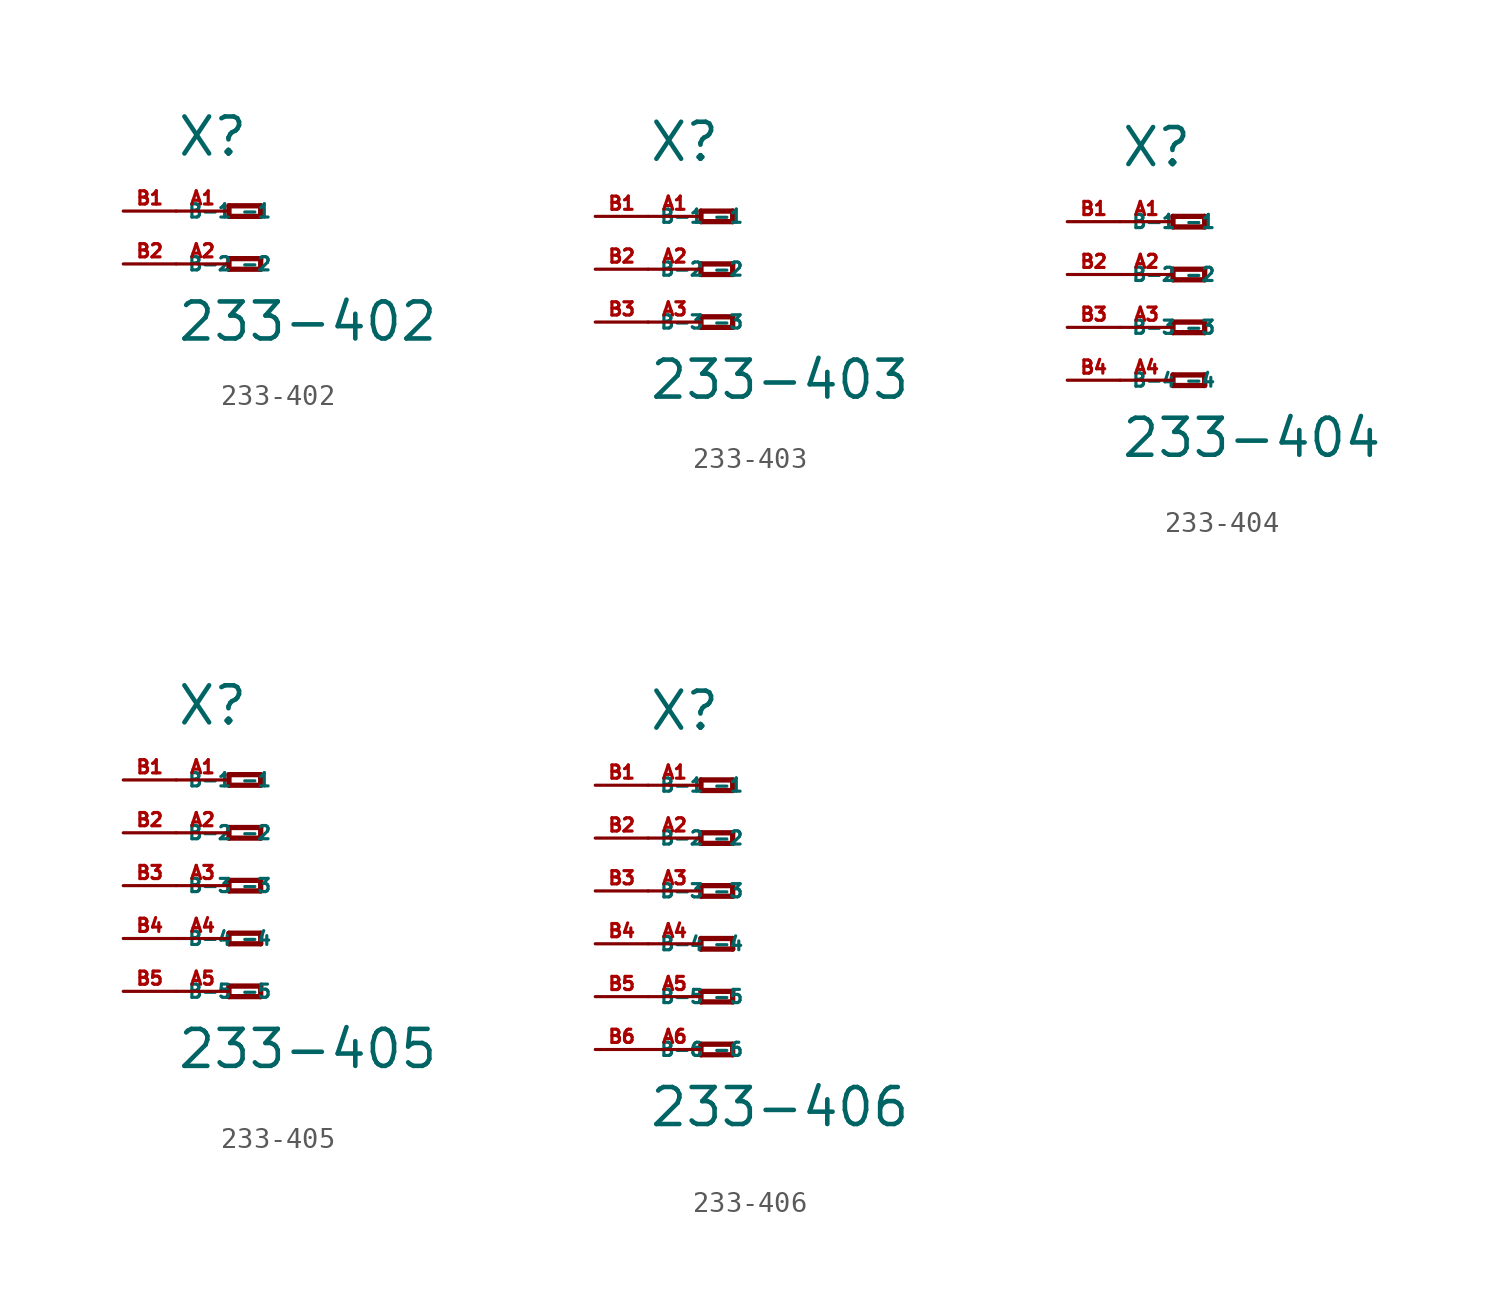
<source format=kicad_sym>
(kicad_symbol_lib
  (version 20220914)
  (generator Eagle2Kicad)
  (symbol "233-402"
    (property "Reference" "X"
      (at -5.08 2.54 0)
      (effects (font (size 1.778 1.778) (thickness 0.22)) (justify left bottom)))
    (property "Value" "233-402"
      (at -5.08 -6.35 0)
      (effects (font (size 1.778 1.778) (thickness 0.22)) (justify left bottom)))
    (polyline
      (pts (xy -2.54 0.254) (xy -2.54 -0.254))
      (stroke (width 0.254) (type default))
      (fill (type none)))
    (polyline
      (pts (xy -2.54 -0.254) (xy -1.016 -0.254))
      (stroke (width 0.254) (type default))
      (fill (type none)))
    (polyline
      (pts (xy -1.016 -0.254) (xy -1.016 0.254))
      (stroke (width 0.254) (type default))
      (fill (type none)))
    (polyline
      (pts (xy -1.016 0.254) (xy -2.54 0.254))
      (stroke (width 0.254) (type default))
      (fill (type none)))
    (polyline
      (pts (xy -2.54 -2.286) (xy -2.54 -2.794))
      (stroke (width 0.254) (type default))
      (fill (type none)))
    (polyline
      (pts (xy -2.54 -2.794) (xy -1.016 -2.794))
      (stroke (width 0.254) (type default))
      (fill (type none)))
    (polyline
      (pts (xy -1.016 -2.794) (xy -1.016 -2.286))
      (stroke (width 0.254) (type default))
      (fill (type none)))
    (polyline
      (pts (xy -1.016 -2.286) (xy -2.54 -2.286))
      (stroke (width 0.254) (type default))
      (fill (type none)))
    (pin passive line
      (at -5.08 0 0)
      (length 2.54)
      (name "-1" (effects (font (size 0.635 0.635) (thickness 0.08)) (justify left bottom)))
      (number "A1" (effects (font (size 0.635 0.635) (thickness 0.08)) (justify left bottom))))
    (pin passive line
      (at -5.08 -2.54 0)
      (length 2.54)
      (name "-2" (effects (font (size 0.635 0.635) (thickness 0.08)) (justify left bottom)))
      (number "A2" (effects (font (size 0.635 0.635) (thickness 0.08)) (justify left bottom))))
    (pin passive line
      (at -7.62 -2.54 0)
      (length 2.54)
      (name "B-2" (effects (font (size 0.635 0.635) (thickness 0.08)) (justify left bottom)))
      (number "B2" (effects (font (size 0.635 0.635) (thickness 0.08)) (justify left bottom))))
    (pin passive line
      (at -7.62 0 0)
      (length 2.54)
      (name "B-1" (effects (font (size 0.635 0.635) (thickness 0.08)) (justify left bottom)))
      (number "B1" (effects (font (size 0.635 0.635) (thickness 0.08)) (justify left bottom)))))
  (symbol "233-403"
    (property "Reference" "X"
      (at -5.08 5.08 0)
      (effects (font (size 1.778 1.778) (thickness 0.22)) (justify left bottom)))
    (property "Value" "233-403"
      (at -5.08 -6.35 0)
      (effects (font (size 1.778 1.778) (thickness 0.22)) (justify left bottom)))
    (polyline
      (pts (xy -2.54 2.794) (xy -2.54 2.286))
      (stroke (width 0.254) (type default))
      (fill (type none)))
    (polyline
      (pts (xy -2.54 2.286) (xy -1.016 2.286))
      (stroke (width 0.254) (type default))
      (fill (type none)))
    (polyline
      (pts (xy -1.016 2.286) (xy -1.016 2.794))
      (stroke (width 0.254) (type default))
      (fill (type none)))
    (polyline
      (pts (xy -1.016 2.794) (xy -2.54 2.794))
      (stroke (width 0.254) (type default))
      (fill (type none)))
    (polyline
      (pts (xy -2.54 0.254) (xy -2.54 -0.254))
      (stroke (width 0.254) (type default))
      (fill (type none)))
    (polyline
      (pts (xy -2.54 -0.254) (xy -1.016 -0.254))
      (stroke (width 0.254) (type default))
      (fill (type none)))
    (polyline
      (pts (xy -1.016 -0.254) (xy -1.016 0.254))
      (stroke (width 0.254) (type default))
      (fill (type none)))
    (polyline
      (pts (xy -1.016 0.254) (xy -2.54 0.254))
      (stroke (width 0.254) (type default))
      (fill (type none)))
    (polyline
      (pts (xy -2.54 -2.286) (xy -2.54 -2.794))
      (stroke (width 0.254) (type default))
      (fill (type none)))
    (polyline
      (pts (xy -2.54 -2.794) (xy -1.016 -2.794))
      (stroke (width 0.254) (type default))
      (fill (type none)))
    (polyline
      (pts (xy -1.016 -2.794) (xy -1.016 -2.286))
      (stroke (width 0.254) (type default))
      (fill (type none)))
    (polyline
      (pts (xy -1.016 -2.286) (xy -2.54 -2.286))
      (stroke (width 0.254) (type default))
      (fill (type none)))
    (pin passive line
      (at -5.08 2.54 0)
      (length 2.54)
      (name "-1" (effects (font (size 0.635 0.635) (thickness 0.08)) (justify left bottom)))
      (number "A1" (effects (font (size 0.635 0.635) (thickness 0.08)) (justify left bottom))))
    (pin passive line
      (at -5.08 0 0)
      (length 2.54)
      (name "-2" (effects (font (size 0.635 0.635) (thickness 0.08)) (justify left bottom)))
      (number "A2" (effects (font (size 0.635 0.635) (thickness 0.08)) (justify left bottom))))
    (pin passive line
      (at -5.08 -2.54 0)
      (length 2.54)
      (name "-3" (effects (font (size 0.635 0.635) (thickness 0.08)) (justify left bottom)))
      (number "A3" (effects (font (size 0.635 0.635) (thickness 0.08)) (justify left bottom))))
    (pin passive line
      (at -7.62 -2.54 0)
      (length 2.54)
      (name "B-3" (effects (font (size 0.635 0.635) (thickness 0.08)) (justify left bottom)))
      (number "B3" (effects (font (size 0.635 0.635) (thickness 0.08)) (justify left bottom))))
    (pin passive line
      (at -7.62 2.54 0)
      (length 2.54)
      (name "B-1" (effects (font (size 0.635 0.635) (thickness 0.08)) (justify left bottom)))
      (number "B1" (effects (font (size 0.635 0.635) (thickness 0.08)) (justify left bottom))))
    (pin passive line
      (at -7.62 0 0)
      (length 2.54)
      (name "B-2" (effects (font (size 0.635 0.635) (thickness 0.08)) (justify left bottom)))
      (number "B2" (effects (font (size 0.635 0.635) (thickness 0.08)) (justify left bottom)))))
  (symbol "233-404"
    (property "Reference" "X"
      (at -5.08 5.08 0)
      (effects (font (size 1.778 1.778) (thickness 0.22)) (justify left bottom)))
    (property "Value" "233-404"
      (at -5.08 -8.89 0)
      (effects (font (size 1.778 1.778) (thickness 0.22)) (justify left bottom)))
    (polyline
      (pts (xy -2.54 2.794) (xy -2.54 2.286))
      (stroke (width 0.254) (type default))
      (fill (type none)))
    (polyline
      (pts (xy -2.54 2.286) (xy -1.016 2.286))
      (stroke (width 0.254) (type default))
      (fill (type none)))
    (polyline
      (pts (xy -1.016 2.286) (xy -1.016 2.794))
      (stroke (width 0.254) (type default))
      (fill (type none)))
    (polyline
      (pts (xy -1.016 2.794) (xy -2.54 2.794))
      (stroke (width 0.254) (type default))
      (fill (type none)))
    (polyline
      (pts (xy -2.54 0.254) (xy -2.54 -0.254))
      (stroke (width 0.254) (type default))
      (fill (type none)))
    (polyline
      (pts (xy -2.54 -0.254) (xy -1.016 -0.254))
      (stroke (width 0.254) (type default))
      (fill (type none)))
    (polyline
      (pts (xy -1.016 -0.254) (xy -1.016 0.254))
      (stroke (width 0.254) (type default))
      (fill (type none)))
    (polyline
      (pts (xy -1.016 0.254) (xy -2.54 0.254))
      (stroke (width 0.254) (type default))
      (fill (type none)))
    (polyline
      (pts (xy -2.54 -2.286) (xy -2.54 -2.794))
      (stroke (width 0.254) (type default))
      (fill (type none)))
    (polyline
      (pts (xy -2.54 -2.794) (xy -1.016 -2.794))
      (stroke (width 0.254) (type default))
      (fill (type none)))
    (polyline
      (pts (xy -1.016 -2.794) (xy -1.016 -2.286))
      (stroke (width 0.254) (type default))
      (fill (type none)))
    (polyline
      (pts (xy -1.016 -2.286) (xy -2.54 -2.286))
      (stroke (width 0.254) (type default))
      (fill (type none)))
    (polyline
      (pts (xy -2.54 -4.826) (xy -2.54 -5.334))
      (stroke (width 0.254) (type default))
      (fill (type none)))
    (polyline
      (pts (xy -2.54 -5.334) (xy -1.016 -5.334))
      (stroke (width 0.254) (type default))
      (fill (type none)))
    (polyline
      (pts (xy -1.016 -5.334) (xy -1.016 -4.826))
      (stroke (width 0.254) (type default))
      (fill (type none)))
    (polyline
      (pts (xy -1.016 -4.826) (xy -2.54 -4.826))
      (stroke (width 0.254) (type default))
      (fill (type none)))
    (pin passive line
      (at -5.08 2.54 0)
      (length 2.54)
      (name "-1" (effects (font (size 0.635 0.635) (thickness 0.08)) (justify left bottom)))
      (number "A1" (effects (font (size 0.635 0.635) (thickness 0.08)) (justify left bottom))))
    (pin passive line
      (at -5.08 0 0)
      (length 2.54)
      (name "-2" (effects (font (size 0.635 0.635) (thickness 0.08)) (justify left bottom)))
      (number "A2" (effects (font (size 0.635 0.635) (thickness 0.08)) (justify left bottom))))
    (pin passive line
      (at -5.08 -2.54 0)
      (length 2.54)
      (name "-3" (effects (font (size 0.635 0.635) (thickness 0.08)) (justify left bottom)))
      (number "A3" (effects (font (size 0.635 0.635) (thickness 0.08)) (justify left bottom))))
    (pin passive line
      (at -5.08 -5.08 0)
      (length 2.54)
      (name "-4" (effects (font (size 0.635 0.635) (thickness 0.08)) (justify left bottom)))
      (number "A4" (effects (font (size 0.635 0.635) (thickness 0.08)) (justify left bottom))))
    (pin passive line
      (at -7.62 -5.08 0)
      (length 2.54)
      (name "B-4" (effects (font (size 0.635 0.635) (thickness 0.08)) (justify left bottom)))
      (number "B4" (effects (font (size 0.635 0.635) (thickness 0.08)) (justify left bottom))))
    (pin passive line
      (at -7.62 2.54 0)
      (length 2.54)
      (name "B-1" (effects (font (size 0.635 0.635) (thickness 0.08)) (justify left bottom)))
      (number "B1" (effects (font (size 0.635 0.635) (thickness 0.08)) (justify left bottom))))
    (pin passive line
      (at -7.62 0 0)
      (length 2.54)
      (name "B-2" (effects (font (size 0.635 0.635) (thickness 0.08)) (justify left bottom)))
      (number "B2" (effects (font (size 0.635 0.635) (thickness 0.08)) (justify left bottom))))
    (pin passive line
      (at -7.62 -2.54 0)
      (length 2.54)
      (name "B-3" (effects (font (size 0.635 0.635) (thickness 0.08)) (justify left bottom)))
      (number "B3" (effects (font (size 0.635 0.635) (thickness 0.08)) (justify left bottom)))))
  (symbol "233-405"
    (property "Reference" "X"
      (at -5.08 7.62 0)
      (effects (font (size 1.778 1.778) (thickness 0.22)) (justify left bottom)))
    (property "Value" "233-405"
      (at -5.08 -8.89 0)
      (effects (font (size 1.778 1.778) (thickness 0.22)) (justify left bottom)))
    (polyline
      (pts (xy -2.54 5.334) (xy -2.54 4.826))
      (stroke (width 0.254) (type default))
      (fill (type none)))
    (polyline
      (pts (xy -2.54 4.826) (xy -1.016 4.826))
      (stroke (width 0.254) (type default))
      (fill (type none)))
    (polyline
      (pts (xy -1.016 4.826) (xy -1.016 5.334))
      (stroke (width 0.254) (type default))
      (fill (type none)))
    (polyline
      (pts (xy -1.016 5.334) (xy -2.54 5.334))
      (stroke (width 0.254) (type default))
      (fill (type none)))
    (polyline
      (pts (xy -2.54 2.794) (xy -2.54 2.286))
      (stroke (width 0.254) (type default))
      (fill (type none)))
    (polyline
      (pts (xy -2.54 2.286) (xy -1.016 2.286))
      (stroke (width 0.254) (type default))
      (fill (type none)))
    (polyline
      (pts (xy -1.016 2.286) (xy -1.016 2.794))
      (stroke (width 0.254) (type default))
      (fill (type none)))
    (polyline
      (pts (xy -1.016 2.794) (xy -2.54 2.794))
      (stroke (width 0.254) (type default))
      (fill (type none)))
    (polyline
      (pts (xy -2.54 0.254) (xy -2.54 -0.254))
      (stroke (width 0.254) (type default))
      (fill (type none)))
    (polyline
      (pts (xy -2.54 -0.254) (xy -1.016 -0.254))
      (stroke (width 0.254) (type default))
      (fill (type none)))
    (polyline
      (pts (xy -1.016 -0.254) (xy -1.016 0.254))
      (stroke (width 0.254) (type default))
      (fill (type none)))
    (polyline
      (pts (xy -1.016 0.254) (xy -2.54 0.254))
      (stroke (width 0.254) (type default))
      (fill (type none)))
    (polyline
      (pts (xy -2.54 -2.286) (xy -2.54 -2.794))
      (stroke (width 0.254) (type default))
      (fill (type none)))
    (polyline
      (pts (xy -2.54 -2.794) (xy -1.016 -2.794))
      (stroke (width 0.254) (type default))
      (fill (type none)))
    (polyline
      (pts (xy -1.016 -2.794) (xy -1.016 -2.286))
      (stroke (width 0.254) (type default))
      (fill (type none)))
    (polyline
      (pts (xy -1.016 -2.286) (xy -2.54 -2.286))
      (stroke (width 0.254) (type default))
      (fill (type none)))
    (polyline
      (pts (xy -2.54 -4.826) (xy -2.54 -5.334))
      (stroke (width 0.254) (type default))
      (fill (type none)))
    (polyline
      (pts (xy -2.54 -5.334) (xy -1.016 -5.334))
      (stroke (width 0.254) (type default))
      (fill (type none)))
    (polyline
      (pts (xy -1.016 -5.334) (xy -1.016 -4.826))
      (stroke (width 0.254) (type default))
      (fill (type none)))
    (polyline
      (pts (xy -1.016 -4.826) (xy -2.54 -4.826))
      (stroke (width 0.254) (type default))
      (fill (type none)))
    (pin passive line
      (at -5.08 5.08 0)
      (length 2.54)
      (name "-1" (effects (font (size 0.635 0.635) (thickness 0.08)) (justify left bottom)))
      (number "A1" (effects (font (size 0.635 0.635) (thickness 0.08)) (justify left bottom))))
    (pin passive line
      (at -5.08 2.54 0)
      (length 2.54)
      (name "-2" (effects (font (size 0.635 0.635) (thickness 0.08)) (justify left bottom)))
      (number "A2" (effects (font (size 0.635 0.635) (thickness 0.08)) (justify left bottom))))
    (pin passive line
      (at -5.08 0 0)
      (length 2.54)
      (name "-3" (effects (font (size 0.635 0.635) (thickness 0.08)) (justify left bottom)))
      (number "A3" (effects (font (size 0.635 0.635) (thickness 0.08)) (justify left bottom))))
    (pin passive line
      (at -5.08 -2.54 0)
      (length 2.54)
      (name "-4" (effects (font (size 0.635 0.635) (thickness 0.08)) (justify left bottom)))
      (number "A4" (effects (font (size 0.635 0.635) (thickness 0.08)) (justify left bottom))))
    (pin passive line
      (at -5.08 -5.08 0)
      (length 2.54)
      (name "-5" (effects (font (size 0.635 0.635) (thickness 0.08)) (justify left bottom)))
      (number "A5" (effects (font (size 0.635 0.635) (thickness 0.08)) (justify left bottom))))
    (pin passive line
      (at -7.62 -5.08 0)
      (length 2.54)
      (name "B-5" (effects (font (size 0.635 0.635) (thickness 0.08)) (justify left bottom)))
      (number "B5" (effects (font (size 0.635 0.635) (thickness 0.08)) (justify left bottom))))
    (pin passive line
      (at -7.62 5.08 0)
      (length 2.54)
      (name "B-1" (effects (font (size 0.635 0.635) (thickness 0.08)) (justify left bottom)))
      (number "B1" (effects (font (size 0.635 0.635) (thickness 0.08)) (justify left bottom))))
    (pin passive line
      (at -7.62 2.54 0)
      (length 2.54)
      (name "B-2" (effects (font (size 0.635 0.635) (thickness 0.08)) (justify left bottom)))
      (number "B2" (effects (font (size 0.635 0.635) (thickness 0.08)) (justify left bottom))))
    (pin passive line
      (at -7.62 0 0)
      (length 2.54)
      (name "B-3" (effects (font (size 0.635 0.635) (thickness 0.08)) (justify left bottom)))
      (number "B3" (effects (font (size 0.635 0.635) (thickness 0.08)) (justify left bottom))))
    (pin passive line
      (at -7.62 -2.54 0)
      (length 2.54)
      (name "B-4" (effects (font (size 0.635 0.635) (thickness 0.08)) (justify left bottom)))
      (number "B4" (effects (font (size 0.635 0.635) (thickness 0.08)) (justify left bottom)))))
  (symbol "233-406"
    (property "Reference" "X"
      (at -5.08 7.62 0)
      (effects (font (size 1.778 1.778) (thickness 0.22)) (justify left bottom)))
    (property "Value" "233-406"
      (at -5.08 -11.43 0)
      (effects (font (size 1.778 1.778) (thickness 0.22)) (justify left bottom)))
    (polyline
      (pts (xy -2.54 5.334) (xy -2.54 4.826))
      (stroke (width 0.254) (type default))
      (fill (type none)))
    (polyline
      (pts (xy -2.54 4.826) (xy -1.016 4.826))
      (stroke (width 0.254) (type default))
      (fill (type none)))
    (polyline
      (pts (xy -1.016 4.826) (xy -1.016 5.334))
      (stroke (width 0.254) (type default))
      (fill (type none)))
    (polyline
      (pts (xy -1.016 5.334) (xy -2.54 5.334))
      (stroke (width 0.254) (type default))
      (fill (type none)))
    (polyline
      (pts (xy -2.54 2.794) (xy -2.54 2.286))
      (stroke (width 0.254) (type default))
      (fill (type none)))
    (polyline
      (pts (xy -2.54 2.286) (xy -1.016 2.286))
      (stroke (width 0.254) (type default))
      (fill (type none)))
    (polyline
      (pts (xy -1.016 2.286) (xy -1.016 2.794))
      (stroke (width 0.254) (type default))
      (fill (type none)))
    (polyline
      (pts (xy -1.016 2.794) (xy -2.54 2.794))
      (stroke (width 0.254) (type default))
      (fill (type none)))
    (polyline
      (pts (xy -2.54 0.254) (xy -2.54 -0.254))
      (stroke (width 0.254) (type default))
      (fill (type none)))
    (polyline
      (pts (xy -2.54 -0.254) (xy -1.016 -0.254))
      (stroke (width 0.254) (type default))
      (fill (type none)))
    (polyline
      (pts (xy -1.016 -0.254) (xy -1.016 0.254))
      (stroke (width 0.254) (type default))
      (fill (type none)))
    (polyline
      (pts (xy -1.016 0.254) (xy -2.54 0.254))
      (stroke (width 0.254) (type default))
      (fill (type none)))
    (polyline
      (pts (xy -2.54 -2.286) (xy -2.54 -2.794))
      (stroke (width 0.254) (type default))
      (fill (type none)))
    (polyline
      (pts (xy -2.54 -2.794) (xy -1.016 -2.794))
      (stroke (width 0.254) (type default))
      (fill (type none)))
    (polyline
      (pts (xy -1.016 -2.794) (xy -1.016 -2.286))
      (stroke (width 0.254) (type default))
      (fill (type none)))
    (polyline
      (pts (xy -1.016 -2.286) (xy -2.54 -2.286))
      (stroke (width 0.254) (type default))
      (fill (type none)))
    (polyline
      (pts (xy -2.54 -4.826) (xy -2.54 -5.334))
      (stroke (width 0.254) (type default))
      (fill (type none)))
    (polyline
      (pts (xy -2.54 -5.334) (xy -1.016 -5.334))
      (stroke (width 0.254) (type default))
      (fill (type none)))
    (polyline
      (pts (xy -1.016 -5.334) (xy -1.016 -4.826))
      (stroke (width 0.254) (type default))
      (fill (type none)))
    (polyline
      (pts (xy -1.016 -4.826) (xy -2.54 -4.826))
      (stroke (width 0.254) (type default))
      (fill (type none)))
    (polyline
      (pts (xy -2.54 -7.366) (xy -2.54 -7.874))
      (stroke (width 0.254) (type default))
      (fill (type none)))
    (polyline
      (pts (xy -2.54 -7.874) (xy -1.016 -7.874))
      (stroke (width 0.254) (type default))
      (fill (type none)))
    (polyline
      (pts (xy -1.016 -7.874) (xy -1.016 -7.366))
      (stroke (width 0.254) (type default))
      (fill (type none)))
    (polyline
      (pts (xy -1.016 -7.366) (xy -2.54 -7.366))
      (stroke (width 0.254) (type default))
      (fill (type none)))
    (pin passive line
      (at -5.08 5.08 0)
      (length 2.54)
      (name "-1" (effects (font (size 0.635 0.635) (thickness 0.08)) (justify left bottom)))
      (number "A1" (effects (font (size 0.635 0.635) (thickness 0.08)) (justify left bottom))))
    (pin passive line
      (at -5.08 2.54 0)
      (length 2.54)
      (name "-2" (effects (font (size 0.635 0.635) (thickness 0.08)) (justify left bottom)))
      (number "A2" (effects (font (size 0.635 0.635) (thickness 0.08)) (justify left bottom))))
    (pin passive line
      (at -5.08 0 0)
      (length 2.54)
      (name "-3" (effects (font (size 0.635 0.635) (thickness 0.08)) (justify left bottom)))
      (number "A3" (effects (font (size 0.635 0.635) (thickness 0.08)) (justify left bottom))))
    (pin passive line
      (at -5.08 -2.54 0)
      (length 2.54)
      (name "-4" (effects (font (size 0.635 0.635) (thickness 0.08)) (justify left bottom)))
      (number "A4" (effects (font (size 0.635 0.635) (thickness 0.08)) (justify left bottom))))
    (pin passive line
      (at -5.08 -5.08 0)
      (length 2.54)
      (name "-5" (effects (font (size 0.635 0.635) (thickness 0.08)) (justify left bottom)))
      (number "A5" (effects (font (size 0.635 0.635) (thickness 0.08)) (justify left bottom))))
    (pin passive line
      (at -5.08 -7.62 0)
      (length 2.54)
      (name "-6" (effects (font (size 0.635 0.635) (thickness 0.08)) (justify left bottom)))
      (number "A6" (effects (font (size 0.635 0.635) (thickness 0.08)) (justify left bottom))))
    (pin passive line
      (at -7.62 -7.62 0)
      (length 2.54)
      (name "B-6" (effects (font (size 0.635 0.635) (thickness 0.08)) (justify left bottom)))
      (number "B6" (effects (font (size 0.635 0.635) (thickness 0.08)) (justify left bottom))))
    (pin passive line
      (at -7.62 5.08 0)
      (length 2.54)
      (name "B-1" (effects (font (size 0.635 0.635) (thickness 0.08)) (justify left bottom)))
      (number "B1" (effects (font (size 0.635 0.635) (thickness 0.08)) (justify left bottom))))
    (pin passive line
      (at -7.62 2.54 0)
      (length 2.54)
      (name "B-2" (effects (font (size 0.635 0.635) (thickness 0.08)) (justify left bottom)))
      (number "B2" (effects (font (size 0.635 0.635) (thickness 0.08)) (justify left bottom))))
    (pin passive line
      (at -7.62 0 0)
      (length 2.54)
      (name "B-3" (effects (font (size 0.635 0.635) (thickness 0.08)) (justify left bottom)))
      (number "B3" (effects (font (size 0.635 0.635) (thickness 0.08)) (justify left bottom))))
    (pin passive line
      (at -7.62 -2.54 0)
      (length 2.54)
      (name "B-4" (effects (font (size 0.635 0.635) (thickness 0.08)) (justify left bottom)))
      (number "B4" (effects (font (size 0.635 0.635) (thickness 0.08)) (justify left bottom))))
    (pin passive line
      (at -7.62 -5.08 0)
      (length 2.54)
      (name "B-5" (effects (font (size 0.635 0.635) (thickness 0.08)) (justify left bottom)))
      (number "B5" (effects (font (size 0.635 0.635) (thickness 0.08)) (justify left bottom))))))
</source>
